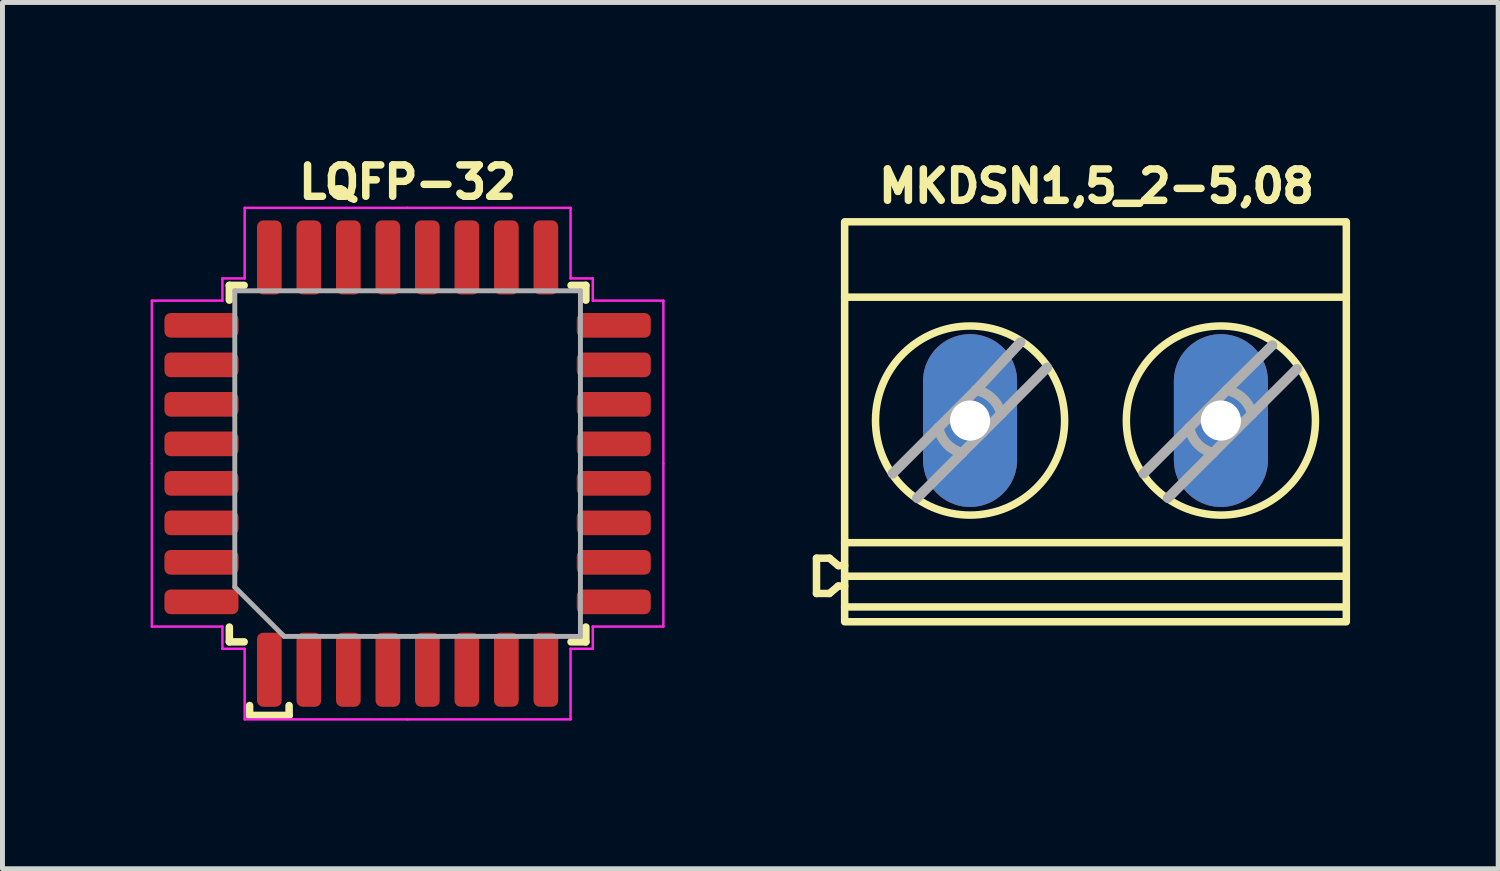
<source format=kicad_pcb>
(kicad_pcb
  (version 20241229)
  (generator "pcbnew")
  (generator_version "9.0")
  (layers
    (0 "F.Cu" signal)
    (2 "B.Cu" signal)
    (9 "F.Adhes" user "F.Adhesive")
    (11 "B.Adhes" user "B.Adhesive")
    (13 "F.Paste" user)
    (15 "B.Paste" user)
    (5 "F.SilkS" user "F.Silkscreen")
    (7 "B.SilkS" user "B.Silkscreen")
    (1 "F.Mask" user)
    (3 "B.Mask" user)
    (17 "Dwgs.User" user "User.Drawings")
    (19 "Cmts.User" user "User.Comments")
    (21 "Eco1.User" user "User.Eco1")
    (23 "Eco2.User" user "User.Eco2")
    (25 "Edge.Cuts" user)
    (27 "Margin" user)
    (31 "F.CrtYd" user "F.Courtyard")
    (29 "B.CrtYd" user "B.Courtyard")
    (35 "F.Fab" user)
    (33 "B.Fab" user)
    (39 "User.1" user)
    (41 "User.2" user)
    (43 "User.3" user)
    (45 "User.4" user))
  (footprint "MKDSN1,5_2-5,08"
    (layer "F.Cu")
    (at 19.157 5.492)
    (property "Reference" "MKDSN1,5_2-5,08" (at 0 -4.4 180) (layer "F.SilkS") (effects (font (size 0.635 0.635) (thickness 0.152)) (justify bottom)))
    (fp_line (start -5.671 2.763) (end -5.671 3.477) (stroke (width 0.152) (type solid)) (layer "F.SilkS"))
    (fp_line (start -5.671 2.763) (end -5.408 2.763) (stroke (width 0.152) (type solid)) (layer "F.SilkS"))
    (fp_line (start -5.671 3.477) (end -5.408 3.477) (stroke (width 0.152) (type solid)) (layer "F.SilkS"))
    (fp_line (start -5.408 2.763) (end -5.23 2.913) (stroke (width 0.152) (type solid)) (layer "F.SilkS"))
    (fp_line (start -5.23 2.913) (end -5.101 2.913) (stroke (width 0.152) (type solid)) (layer "F.SilkS"))
    (fp_line (start -5.23 3.327) (end -5.408 3.477) (stroke (width 0.152) (type solid)) (layer "F.SilkS"))
    (fp_line (start -5.101 -2.524) (end 5.059 -2.524) (stroke (width 0.152) (type solid)) (layer "F.SilkS"))
    (fp_line (start -5.101 3.128) (end 5.059 3.128) (stroke (width 0.152) (type solid)) (layer "F.SilkS"))
    (fp_line (start -5.101 3.327) (end -5.23 3.327) (stroke (width 0.152) (type solid)) (layer "F.SilkS"))
    (fp_line (start 5.059 2.448) (end -5.101 2.448) (stroke (width 0.152) (type solid)) (layer "F.SilkS"))
    (fp_line (start 5.059 3.75) (end -5.101 3.75) (stroke (width 0.152) (type solid)) (layer "F.SilkS"))
    (fp_rect (start -5.101 -4.05) (end 5.059 4.05) (stroke (width 0.152) (type solid)) (fill no) (layer "F.SilkS"))
    (fp_circle (center -2.561 -0.025) (end -0.646 -0.025) (stroke (width 0.152) (type solid)) (fill no) (layer "F.SilkS"))
    (fp_circle (center 2.519 -0.025) (end 4.434 -0.025) (stroke (width 0.152) (type solid)) (fill no) (layer "F.SilkS"))
    (fp_line (start -4.129 1.048) (end -3.2 0.119) (stroke (width 0.203) (type solid)) (layer "F.Fab"))
    (fp_line (start -3.2 0.119) (end -2.442 -0.639) (stroke (width 0.203) (type solid)) (layer "F.Fab"))
    (fp_line (start -2.721 0.63) (end -3.634 1.543) (stroke (width 0.203) (type solid)) (layer "F.Fab"))
    (fp_line (start -2.442 -0.639) (end -1.54 -1.61) (stroke (width 0.203) (type solid)) (layer "F.Fab"))
    (fp_line (start -1.931 -0.16) (end -2.721 0.63) (stroke (width 0.203) (type solid)) (layer "F.Fab"))
    (fp_line (start -1 -1.098) (end -1.931 -0.16) (stroke (width 0.203) (type solid)) (layer "F.Fab"))
    (fp_line (start 0.951 1.048) (end 1.88 0.119) (stroke (width 0.203) (type solid)) (layer "F.Fab"))
    (fp_line (start 1.88 0.119) (end 2.638 -0.639) (stroke (width 0.203) (type solid)) (layer "F.Fab"))
    (fp_line (start 2.359 0.63) (end 1.446 1.543) (stroke (width 0.203) (type solid)) (layer "F.Fab"))
    (fp_line (start 2.638 -0.639) (end 3.56 -1.55) (stroke (width 0.203) (type solid)) (layer "F.Fab"))
    (fp_line (start 3.149 -0.16) (end 2.359 0.63) (stroke (width 0.203) (type solid)) (layer "F.Fab"))
    (fp_line (start 4.06 -1.07) (end 3.149 -0.16) (stroke (width 0.203) (type solid)) (layer "F.Fab"))
    (fp_arc (start -2.721099 0.63) (mid -3.035315 0.444537) (end -3.2001 0.119) (stroke (width 0.2032) (type solid)) (layer "F.Fab"))
    (fp_arc (start -2.4421 -0.639) (mid -2.116563 -0.474216) (end -1.9311 -0.16) (stroke (width 0.2032) (type solid)) (layer "F.Fab"))
    (fp_arc (start 2.3589 0.629999) (mid 2.044684 0.444536) (end 1.8799 0.119) (stroke (width 0.2032) (type solid)) (layer "F.Fab"))
    (fp_arc (start 2.6379 -0.639001) (mid 2.963437 -0.474216) (end 3.1489 -0.16) (stroke (width 0.2032) (type solid)) (layer "F.Fab"))
    (pad "1" thru_hole oval (at -2.561 -0.025 90) (size 3.5 1.905) (drill 0.813) (layers "*.Cu" "*.Mask"))
    (pad "2" thru_hole oval (at 2.519 -0.025 90) (size 3.5 1.905) (drill 0.813) (layers "*.Cu" "*.Mask")))
  (footprint "LQFP-32"
    (layer "F.Cu")
    (at 5.205 6.339)
    (property "Reference" "LQFP-32" (at 0 -5.7 180) (layer "F.SilkS") (effects (font (size 0.635 0.635) (thickness 0.152))))
    (attr smd)
    (fp_line (start -3.61 -3.61) (end -3.31 -3.61) (stroke (width 0.152) (type solid)) (layer "F.SilkS"))
    (fp_line (start -3.61 -3.31) (end -3.61 -3.61) (stroke (width 0.152) (type solid)) (layer "F.SilkS"))
    (fp_line (start -3.61 3.31) (end -3.61 3.61) (stroke (width 0.152) (type solid)) (layer "F.SilkS"))
    (fp_line (start -3.61 3.61) (end -3.31 3.61) (stroke (width 0.152) (type solid)) (layer "F.SilkS"))
    (fp_line (start -3.2 4.9) (end -3.2 5.1) (stroke (width 0.152) (type solid)) (layer "F.SilkS"))
    (fp_line (start -2.4 4.9) (end -2.4 5.1) (stroke (width 0.152) (type solid)) (layer "F.SilkS"))
    (fp_line (start -2.4 5.1) (end -3.2 5.1) (stroke (width 0.152) (type solid)) (layer "F.SilkS"))
    (fp_line (start 3.61 -3.61) (end 3.31 -3.61) (stroke (width 0.152) (type solid)) (layer "F.SilkS"))
    (fp_line (start 3.61 -3.31) (end 3.61 -3.61) (stroke (width 0.152) (type solid)) (layer "F.SilkS"))
    (fp_line (start 3.61 3.31) (end 3.61 3.61) (stroke (width 0.152) (type solid)) (layer "F.SilkS"))
    (fp_line (start 3.61 3.61) (end 3.31 3.61) (stroke (width 0.152) (type solid)) (layer "F.SilkS"))
    (fp_line (start -5.18 -3.3) (end -3.75 -3.3) (stroke (width 0.05) (type solid)) (layer "F.CrtYd"))
    (fp_line (start -5.18 0) (end -5.18 -3.3) (stroke (width 0.05) (type solid)) (layer "F.CrtYd"))
    (fp_line (start -5.18 0) (end -5.18 3.3) (stroke (width 0.05) (type solid)) (layer "F.CrtYd"))
    (fp_line (start -5.18 3.3) (end -3.75 3.3) (stroke (width 0.05) (type solid)) (layer "F.CrtYd"))
    (fp_line (start -3.75 -3.75) (end -3.3 -3.75) (stroke (width 0.05) (type solid)) (layer "F.CrtYd"))
    (fp_line (start -3.75 -3.3) (end -3.75 -3.75) (stroke (width 0.05) (type solid)) (layer "F.CrtYd"))
    (fp_line (start -3.75 3.3) (end -3.75 3.75) (stroke (width 0.05) (type solid)) (layer "F.CrtYd"))
    (fp_line (start -3.75 3.75) (end -3.3 3.75) (stroke (width 0.05) (type solid)) (layer "F.CrtYd"))
    (fp_line (start -3.3 -5.18) (end 0 -5.18) (stroke (width 0.05) (type solid)) (layer "F.CrtYd"))
    (fp_line (start -3.3 -3.75) (end -3.3 -5.18) (stroke (width 0.05) (type solid)) (layer "F.CrtYd"))
    (fp_line (start -3.3 3.75) (end -3.3 5.18) (stroke (width 0.05) (type solid)) (layer "F.CrtYd"))
    (fp_line (start -3.3 5.18) (end 0 5.18) (stroke (width 0.05) (type solid)) (layer "F.CrtYd"))
    (fp_line (start 3.3 -5.18) (end 0 -5.18) (stroke (width 0.05) (type solid)) (layer "F.CrtYd"))
    (fp_line (start 3.3 -3.75) (end 3.3 -5.18) (stroke (width 0.05) (type solid)) (layer "F.CrtYd"))
    (fp_line (start 3.3 3.75) (end 3.3 5.18) (stroke (width 0.05) (type solid)) (layer "F.CrtYd"))
    (fp_line (start 3.3 5.18) (end 0 5.18) (stroke (width 0.05) (type solid)) (layer "F.CrtYd"))
    (fp_line (start 3.75 -3.75) (end 3.3 -3.75) (stroke (width 0.05) (type solid)) (layer "F.CrtYd"))
    (fp_line (start 3.75 -3.3) (end 3.75 -3.75) (stroke (width 0.05) (type solid)) (layer "F.CrtYd"))
    (fp_line (start 3.75 3.3) (end 3.75 3.75) (stroke (width 0.05) (type solid)) (layer "F.CrtYd"))
    (fp_line (start 3.75 3.75) (end 3.3 3.75) (stroke (width 0.05) (type solid)) (layer "F.CrtYd"))
    (fp_line (start 5.18 -3.3) (end 3.75 -3.3) (stroke (width 0.05) (type solid)) (layer "F.CrtYd"))
    (fp_line (start 5.18 0) (end 5.18 -3.3) (stroke (width 0.05) (type solid)) (layer "F.CrtYd"))
    (fp_line (start 5.18 0) (end 5.18 3.3) (stroke (width 0.05) (type solid)) (layer "F.CrtYd"))
    (fp_line (start 5.18 3.3) (end 3.75 3.3) (stroke (width 0.05) (type solid)) (layer "F.CrtYd"))
    (fp_line (start -3.5 -3.5) (end 3.5 -3.5) (stroke (width 0.1) (type solid)) (layer "F.Fab"))
    (fp_line (start -3.5 2.5) (end -3.5 -3.5) (stroke (width 0.1) (type solid)) (layer "F.Fab"))
    (fp_line (start -2.5 3.5) (end -3.5 2.5) (stroke (width 0.1) (type solid)) (layer "F.Fab"))
    (fp_line (start 3.5 -3.5) (end 3.5 3.5) (stroke (width 0.1) (type solid)) (layer "F.Fab"))
    (fp_line (start 3.5 3.5) (end -2.5 3.5) (stroke (width 0.1) (type solid)) (layer "F.Fab"))
    (pad "1" smd roundrect (at -2.8 4.175 90) (size 1.5 0.5) (layers "F.Cu" "F.Mask" "F.Paste") (roundrect_rratio 0.25))
    (pad "2" smd roundrect (at -2 4.175 90) (size 1.5 0.5) (layers "F.Cu" "F.Mask" "F.Paste") (roundrect_rratio 0.25))
    (pad "3" smd roundrect (at -1.2 4.175 90) (size 1.5 0.5) (layers "F.Cu" "F.Mask" "F.Paste") (roundrect_rratio 0.25))
    (pad "4" smd roundrect (at -0.4 4.175 90) (size 1.5 0.5) (layers "F.Cu" "F.Mask" "F.Paste") (roundrect_rratio 0.25))
    (pad "5" smd roundrect (at 0.4 4.175 90) (size 1.5 0.5) (layers "F.Cu" "F.Mask" "F.Paste") (roundrect_rratio 0.25))
    (pad "6" smd roundrect (at 1.2 4.175 90) (size 1.5 0.5) (layers "F.Cu" "F.Mask" "F.Paste") (roundrect_rratio 0.25))
    (pad "7" smd roundrect (at 2 4.175 90) (size 1.5 0.5) (layers "F.Cu" "F.Mask" "F.Paste") (roundrect_rratio 0.25))
    (pad "8" smd roundrect (at 2.8 4.175 90) (size 1.5 0.5) (layers "F.Cu" "F.Mask" "F.Paste") (roundrect_rratio 0.25))
    (pad "9" smd roundrect (at 4.175 2.8 90) (size 0.5 1.5) (layers "F.Cu" "F.Mask" "F.Paste") (roundrect_rratio 0.25))
    (pad "10" smd roundrect (at 4.175 2 90) (size 0.5 1.5) (layers "F.Cu" "F.Mask" "F.Paste") (roundrect_rratio 0.25))
    (pad "11" smd roundrect (at 4.175 1.2 90) (size 0.5 1.5) (layers "F.Cu" "F.Mask" "F.Paste") (roundrect_rratio 0.25))
    (pad "12" smd roundrect (at 4.175 0.4 90) (size 0.5 1.5) (layers "F.Cu" "F.Mask" "F.Paste") (roundrect_rratio 0.25))
    (pad "13" smd roundrect (at 4.175 -0.4 90) (size 0.5 1.5) (layers "F.Cu" "F.Mask" "F.Paste") (roundrect_rratio 0.25))
    (pad "14" smd roundrect (at 4.175 -1.2 90) (size 0.5 1.5) (layers "F.Cu" "F.Mask" "F.Paste") (roundrect_rratio 0.25))
    (pad "15" smd roundrect (at 4.175 -2 90) (size 0.5 1.5) (layers "F.Cu" "F.Mask" "F.Paste") (roundrect_rratio 0.25))
    (pad "16" smd roundrect (at 4.175 -2.8 90) (size 0.5 1.5) (layers "F.Cu" "F.Mask" "F.Paste") (roundrect_rratio 0.25))
    (pad "17" smd roundrect (at 2.8 -4.175 90) (size 1.5 0.5) (layers "F.Cu" "F.Mask" "F.Paste") (roundrect_rratio 0.25))
    (pad "18" smd roundrect (at 2 -4.175 90) (size 1.5 0.5) (layers "F.Cu" "F.Mask" "F.Paste") (roundrect_rratio 0.25))
    (pad "19" smd roundrect (at 1.2 -4.175 90) (size 1.5 0.5) (layers "F.Cu" "F.Mask" "F.Paste") (roundrect_rratio 0.25))
    (pad "20" smd roundrect (at 0.4 -4.175 90) (size 1.5 0.5) (layers "F.Cu" "F.Mask" "F.Paste") (roundrect_rratio 0.25))
    (pad "21" smd roundrect (at -0.4 -4.175 90) (size 1.5 0.5) (layers "F.Cu" "F.Mask" "F.Paste") (roundrect_rratio 0.25))
    (pad "22" smd roundrect (at -1.2 -4.175 90) (size 1.5 0.5) (layers "F.Cu" "F.Mask" "F.Paste") (roundrect_rratio 0.25))
    (pad "23" smd roundrect (at -2 -4.175 90) (size 1.5 0.5) (layers "F.Cu" "F.Mask" "F.Paste") (roundrect_rratio 0.25))
    (pad "24" smd roundrect (at -2.8 -4.175 90) (size 1.5 0.5) (layers "F.Cu" "F.Mask" "F.Paste") (roundrect_rratio 0.25))
    (pad "25" smd roundrect (at -4.175 -2.8 90) (size 0.5 1.5) (layers "F.Cu" "F.Mask" "F.Paste") (roundrect_rratio 0.25))
    (pad "26" smd roundrect (at -4.175 -2 90) (size 0.5 1.5) (layers "F.Cu" "F.Mask" "F.Paste") (roundrect_rratio 0.25))
    (pad "27" smd roundrect (at -4.175 -1.2 90) (size 0.5 1.5) (layers "F.Cu" "F.Mask" "F.Paste") (roundrect_rratio 0.25))
    (pad "28" smd roundrect (at -4.175 -0.4 90) (size 0.5 1.5) (layers "F.Cu" "F.Mask" "F.Paste") (roundrect_rratio 0.25))
    (pad "29" smd roundrect (at -4.175 0.4 90) (size 0.5 1.5) (layers "F.Cu" "F.Mask" "F.Paste") (roundrect_rratio 0.25))
    (pad "30" smd roundrect (at -4.175 1.2 90) (size 0.5 1.5) (layers "F.Cu" "F.Mask" "F.Paste") (roundrect_rratio 0.25))
    (pad "31" smd roundrect (at -4.175 2 90) (size 0.5 1.5) (layers "F.Cu" "F.Mask" "F.Paste") (roundrect_rratio 0.25))
    (pad "32" smd roundrect (at -4.175 2.8 90) (size 0.5 1.5) (layers "F.Cu" "F.Mask" "F.Paste") (roundrect_rratio 0.25)))
  (gr_rect
    (start -3 -3)
    (end 27.292 14.544)
    (stroke (width 0.1) (type default))
    (fill no)
    (layer "Edge.Cuts")))
</source>
